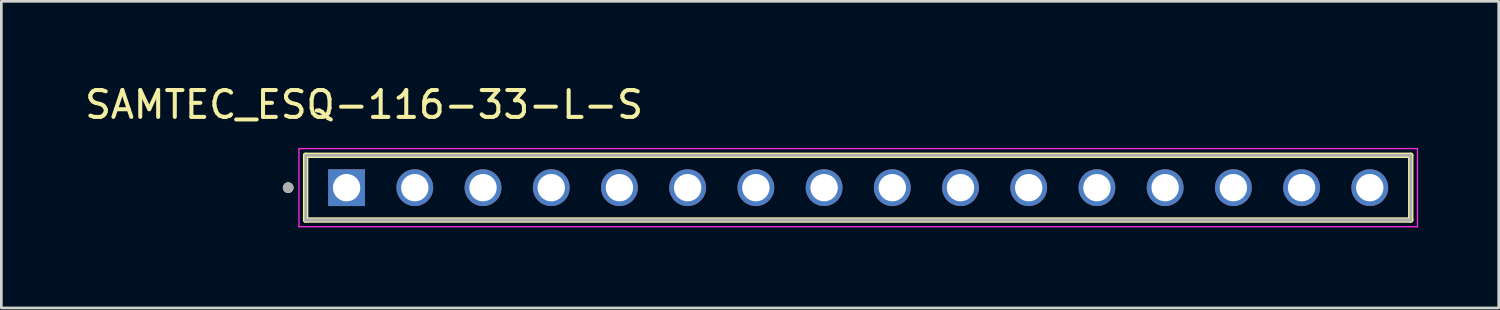
<source format=kicad_pcb>
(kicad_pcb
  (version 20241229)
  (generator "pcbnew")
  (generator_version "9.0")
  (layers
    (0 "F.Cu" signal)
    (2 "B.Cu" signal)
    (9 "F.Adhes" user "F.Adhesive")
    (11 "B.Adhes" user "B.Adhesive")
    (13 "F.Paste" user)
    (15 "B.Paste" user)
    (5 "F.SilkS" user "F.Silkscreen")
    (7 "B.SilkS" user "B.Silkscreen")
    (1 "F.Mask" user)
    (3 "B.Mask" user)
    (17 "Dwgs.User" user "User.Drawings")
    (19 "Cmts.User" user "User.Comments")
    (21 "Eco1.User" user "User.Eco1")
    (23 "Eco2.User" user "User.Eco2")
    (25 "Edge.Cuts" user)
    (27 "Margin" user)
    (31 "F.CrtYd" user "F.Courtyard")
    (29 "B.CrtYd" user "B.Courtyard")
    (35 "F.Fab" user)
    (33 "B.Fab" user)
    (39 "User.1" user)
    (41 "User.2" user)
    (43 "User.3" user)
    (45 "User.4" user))
  (footprint "SAMTEC_ESQ-116-33-L-S"
    (layer "F.Cu")
    (at 9.856 3.938)
    (property "Reference" "SAMTEC_ESQ-116-33-L-S" (at 0.65 -3.09 0) (layer "F.SilkS") (effects (font (size 1 1) (thickness 0.15))))
    (attr through_hole)
    (fp_line (start -1.525 1.205) (end -1.525 -1.205) (stroke (width 0.2) (type solid)) (layer "F.SilkS"))
    (fp_line (start 39.625 -1.205) (end -1.525 -1.205) (stroke (width 0.2) (type solid)) (layer "F.SilkS"))
    (fp_line (start 39.625 -1.205) (end 39.625 1.205) (stroke (width 0.2) (type solid)) (layer "F.SilkS"))
    (fp_line (start 39.625 1.205) (end -1.525 1.205) (stroke (width 0.2) (type solid)) (layer "F.SilkS"))
    (fp_circle (center -2.175 0) (end -2.075 0) (stroke (width 0.2) (type solid)) (fill no) (layer "F.SilkS"))
    (fp_line (start -1.775 -1.455) (end 39.875 -1.455) (stroke (width 0.05) (type solid)) (layer "F.CrtYd"))
    (fp_line (start -1.775 1.455) (end -1.775 -1.455) (stroke (width 0.05) (type solid)) (layer "F.CrtYd"))
    (fp_line (start 39.875 -1.455) (end 39.875 1.455) (stroke (width 0.05) (type solid)) (layer "F.CrtYd"))
    (fp_line (start 39.875 1.455) (end -1.775 1.455) (stroke (width 0.05) (type solid)) (layer "F.CrtYd"))
    (fp_line (start -1.525 -1.205) (end 39.625 -1.205) (stroke (width 0.1) (type solid)) (layer "F.Fab"))
    (fp_line (start -1.525 1.205) (end -1.525 -1.205) (stroke (width 0.1) (type solid)) (layer "F.Fab"))
    (fp_line (start -1.525 1.205) (end -1.525 1.205) (stroke (width 0.1) (type solid)) (layer "F.Fab"))
    (fp_line (start -1.525 1.205) (end 39.625 1.205) (stroke (width 0.1) (type solid)) (layer "F.Fab"))
    (fp_line (start 39.625 -1.205) (end 39.625 1.205) (stroke (width 0.1) (type solid)) (layer "F.Fab"))
    (fp_line (start 39.625 1.205) (end -1.525 1.205) (stroke (width 0.1) (type solid)) (layer "F.Fab"))
    (fp_line (start 39.625 1.205) (end 39.625 1.205) (stroke (width 0.1) (type solid)) (layer "F.Fab"))
    (fp_circle (center -2.175 0) (end -2.075 0) (stroke (width 0.2) (type solid)) (fill no) (layer "F.Fab"))
    (pad "01" thru_hole rect (at 0 0) (size 1.37 1.37) (drill 1.02) (layers "*.Cu" "*.Mask"))
    (pad "02" thru_hole circle (at 2.54 0) (size 1.37 1.37) (drill 1.02) (layers "*.Cu" "*.Mask"))
    (pad "03" thru_hole circle (at 5.08 0) (size 1.37 1.37) (drill 1.02) (layers "*.Cu" "*.Mask"))
    (pad "04" thru_hole circle (at 7.62 0) (size 1.37 1.37) (drill 1.02) (layers "*.Cu" "*.Mask"))
    (pad "05" thru_hole circle (at 10.16 0) (size 1.37 1.37) (drill 1.02) (layers "*.Cu" "*.Mask"))
    (pad "06" thru_hole circle (at 12.7 0) (size 1.37 1.37) (drill 1.02) (layers "*.Cu" "*.Mask"))
    (pad "07" thru_hole circle (at 15.24 0) (size 1.37 1.37) (drill 1.02) (layers "*.Cu" "*.Mask"))
    (pad "08" thru_hole circle (at 17.78 0) (size 1.37 1.37) (drill 1.02) (layers "*.Cu" "*.Mask"))
    (pad "09" thru_hole circle (at 20.32 0) (size 1.37 1.37) (drill 1.02) (layers "*.Cu" "*.Mask"))
    (pad "10" thru_hole circle (at 22.86 0) (size 1.37 1.37) (drill 1.02) (layers "*.Cu" "*.Mask"))
    (pad "11" thru_hole circle (at 25.4 0) (size 1.37 1.37) (drill 1.02) (layers "*.Cu" "*.Mask"))
    (pad "12" thru_hole circle (at 27.94 0) (size 1.37 1.37) (drill 1.02) (layers "*.Cu" "*.Mask"))
    (pad "13" thru_hole circle (at 30.48 0) (size 1.37 1.37) (drill 1.02) (layers "*.Cu" "*.Mask"))
    (pad "14" thru_hole circle (at 33.02 0) (size 1.37 1.37) (drill 1.02) (layers "*.Cu" "*.Mask"))
    (pad "15" thru_hole circle (at 35.56 0) (size 1.37 1.37) (drill 1.02) (layers "*.Cu" "*.Mask"))
    (pad "16" thru_hole circle (at 38.1 0) (size 1.37 1.37) (drill 1.02) (layers "*.Cu" "*.Mask")))
  (gr_rect
    (start -3 -3)
    (end 52.756 8.418)
    (stroke (width 0.1) (type default))
    (fill no)
    (layer "Edge.Cuts")))
</source>
